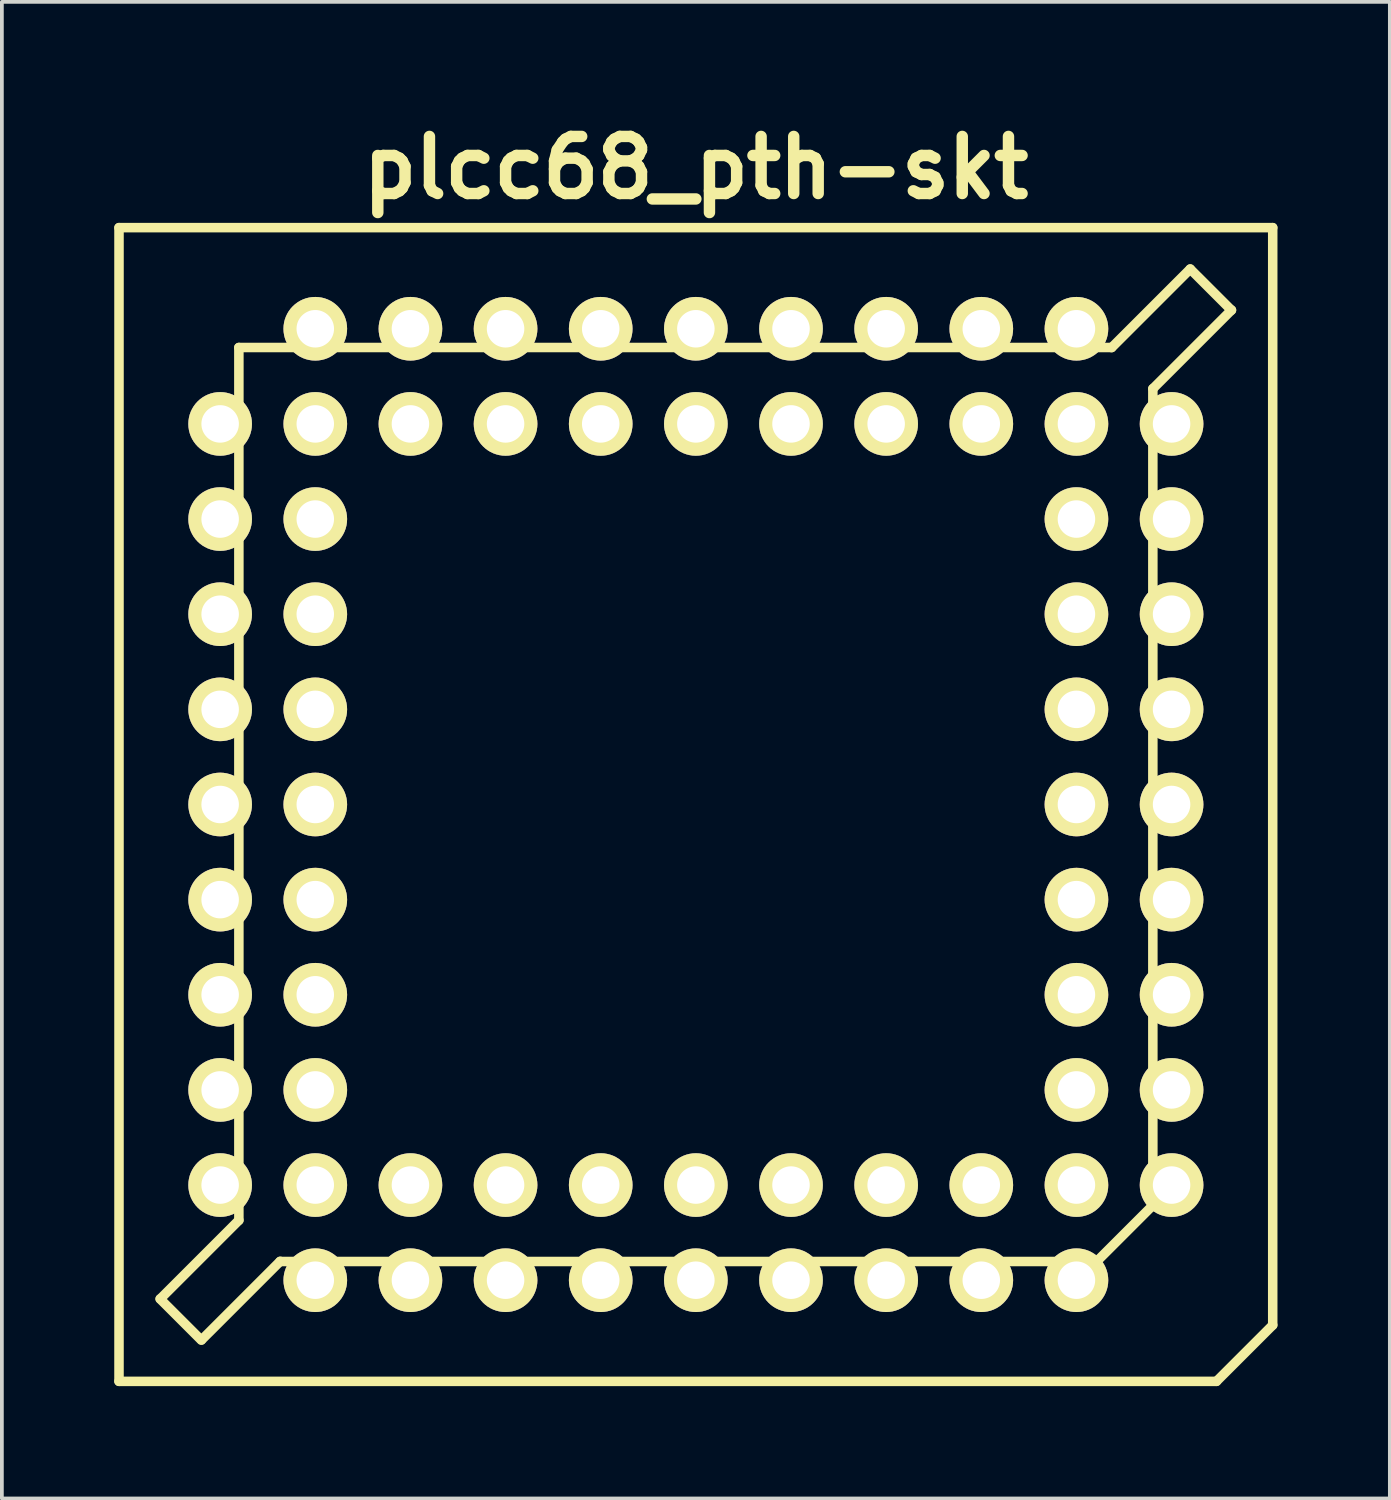
<source format=kicad_pcb>
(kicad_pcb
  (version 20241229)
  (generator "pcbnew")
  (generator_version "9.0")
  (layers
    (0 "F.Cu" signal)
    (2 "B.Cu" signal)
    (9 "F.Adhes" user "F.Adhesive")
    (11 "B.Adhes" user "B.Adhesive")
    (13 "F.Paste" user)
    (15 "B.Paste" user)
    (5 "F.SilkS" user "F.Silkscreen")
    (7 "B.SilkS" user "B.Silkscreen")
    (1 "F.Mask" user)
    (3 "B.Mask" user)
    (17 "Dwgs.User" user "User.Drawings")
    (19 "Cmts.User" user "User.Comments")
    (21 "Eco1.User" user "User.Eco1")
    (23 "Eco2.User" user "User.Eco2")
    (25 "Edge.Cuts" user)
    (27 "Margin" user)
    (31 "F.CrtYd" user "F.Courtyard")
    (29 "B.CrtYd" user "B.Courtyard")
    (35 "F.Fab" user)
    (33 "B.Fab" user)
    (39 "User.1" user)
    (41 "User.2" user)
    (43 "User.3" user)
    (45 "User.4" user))
  (footprint "plcc68_pth-skt"
    (layer "F.Cu")
    (at 15.527 18.427)
    (property "Reference" "plcc68_pth-skt" (at 0 -17 0) (layer "F.SilkS") (effects (font (size 1.524 1.524) (thickness 0.305))))
    (attr through_hole)
    (fp_line (start -15.4 -15.4) (end -15.4 15.4) (stroke (width 0.254) (type solid)) (layer "F.SilkS"))
    (fp_line (start -15.4 15.4) (end 13.899 15.4) (stroke (width 0.254) (type solid)) (layer "F.SilkS"))
    (fp_line (start -14.303 13.2) (end -13.203 14.3) (stroke (width 0.254) (type solid)) (layer "F.SilkS"))
    (fp_line (start -13.195 14.293) (end -11.097 12.195) (stroke (width 0.254) (type solid)) (layer "F.SilkS"))
    (fp_line (start -12.2 -12.2) (end 11.1 -12.2) (stroke (width 0.254) (type solid)) (layer "F.SilkS"))
    (fp_line (start -12.2 11.1) (end -14.298 13.198) (stroke (width 0.254) (type solid)) (layer "F.SilkS"))
    (fp_line (start -12.2 11.1) (end -12.2 -12.2) (stroke (width 0.254) (type solid)) (layer "F.SilkS"))
    (fp_line (start 10.701 12.2) (end -11.1 12.2) (stroke (width 0.254) (type solid)) (layer "F.SilkS"))
    (fp_line (start 11.1 -12.197) (end 13.198 -14.295) (stroke (width 0.254) (type solid)) (layer "F.SilkS"))
    (fp_line (start 12.2 -11.1) (end 12.2 10.701) (stroke (width 0.254) (type solid)) (layer "F.SilkS"))
    (fp_line (start 12.2 10.701) (end 10.701 12.2) (stroke (width 0.254) (type solid)) (layer "F.SilkS"))
    (fp_line (start 13.198 -14.295) (end 14.298 -13.195) (stroke (width 0.254) (type solid)) (layer "F.SilkS"))
    (fp_line (start 13.899 15.4) (end 15.4 13.899) (stroke (width 0.254) (type solid)) (layer "F.SilkS"))
    (fp_line (start 14.3 -13.2) (end 12.202 -11.102) (stroke (width 0.254) (type solid)) (layer "F.SilkS"))
    (fp_line (start 15.4 -15.4) (end -15.4 -15.4) (stroke (width 0.254) (type solid)) (layer "F.SilkS"))
    (fp_line (start 15.4 13.899) (end 15.4 -15.4) (stroke (width 0.254) (type solid)) (layer "F.SilkS"))
    (pad "1" thru_hole circle (at 0 12.7) (size 1.699 1.699) (drill 1.001) (layers "*.Cu" "*.Mask" "F.SilkS"))
    (pad "2" thru_hole circle (at 0 10.16) (size 1.699 1.699) (drill 1.001) (layers "*.Cu" "*.Mask" "F.SilkS"))
    (pad "3" thru_hole circle (at 2.54 12.7) (size 1.699 1.699) (drill 1.001) (layers "*.Cu" "*.Mask" "F.SilkS"))
    (pad "4" thru_hole circle (at 2.54 10.16) (size 1.699 1.699) (drill 1.001) (layers "*.Cu" "*.Mask" "F.SilkS"))
    (pad "5" thru_hole circle (at 5.08 12.7) (size 1.699 1.699) (drill 1.001) (layers "*.Cu" "*.Mask" "F.SilkS"))
    (pad "6" thru_hole circle (at 5.08 10.16) (size 1.699 1.699) (drill 1.001) (layers "*.Cu" "*.Mask" "F.SilkS"))
    (pad "7" thru_hole circle (at 7.62 12.7) (size 1.699 1.699) (drill 1.001) (layers "*.Cu" "*.Mask" "F.SilkS"))
    (pad "8" thru_hole circle (at 7.62 10.16) (size 1.699 1.699) (drill 1.001) (layers "*.Cu" "*.Mask" "F.SilkS"))
    (pad "9" thru_hole circle (at 10.16 12.7) (size 1.699 1.699) (drill 1.001) (layers "*.Cu" "*.Mask" "F.SilkS"))
    (pad "10" thru_hole circle (at 12.7 10.16) (size 1.699 1.699) (drill 1.001) (layers "*.Cu" "*.Mask" "F.SilkS"))
    (pad "11" thru_hole circle (at 10.16 10.16) (size 1.699 1.699) (drill 1.001) (layers "*.Cu" "*.Mask" "F.SilkS"))
    (pad "12" thru_hole circle (at 12.7 7.62) (size 1.699 1.699) (drill 1.001) (layers "*.Cu" "*.Mask" "F.SilkS"))
    (pad "13" thru_hole circle (at 10.16 7.62) (size 1.699 1.699) (drill 1.001) (layers "*.Cu" "*.Mask" "F.SilkS"))
    (pad "14" thru_hole circle (at 12.7 5.08) (size 1.699 1.699) (drill 1.001) (layers "*.Cu" "*.Mask" "F.SilkS"))
    (pad "15" thru_hole circle (at 10.16 5.08) (size 1.699 1.699) (drill 1.001) (layers "*.Cu" "*.Mask" "F.SilkS"))
    (pad "16" thru_hole circle (at 12.7 2.54) (size 1.699 1.699) (drill 1.001) (layers "*.Cu" "*.Mask" "F.SilkS"))
    (pad "17" thru_hole circle (at 10.16 2.54) (size 1.699 1.699) (drill 1.001) (layers "*.Cu" "*.Mask" "F.SilkS"))
    (pad "18" thru_hole circle (at 12.7 0) (size 1.699 1.699) (drill 1.001) (layers "*.Cu" "*.Mask" "F.SilkS"))
    (pad "19" thru_hole circle (at 10.16 0) (size 1.699 1.699) (drill 1.001) (layers "*.Cu" "*.Mask" "F.SilkS"))
    (pad "20" thru_hole circle (at 12.7 -2.54) (size 1.699 1.699) (drill 1.001) (layers "*.Cu" "*.Mask" "F.SilkS"))
    (pad "21" thru_hole circle (at 10.16 -2.54) (size 1.699 1.699) (drill 1.001) (layers "*.Cu" "*.Mask" "F.SilkS"))
    (pad "22" thru_hole circle (at 12.7 -5.08) (size 1.699 1.699) (drill 1.001) (layers "*.Cu" "*.Mask" "F.SilkS"))
    (pad "23" thru_hole circle (at 10.16 -5.08) (size 1.699 1.699) (drill 1.001) (layers "*.Cu" "*.Mask" "F.SilkS"))
    (pad "24" thru_hole circle (at 12.7 -7.62) (size 1.699 1.699) (drill 1.001) (layers "*.Cu" "*.Mask" "F.SilkS"))
    (pad "25" thru_hole circle (at 10.16 -7.62) (size 1.699 1.699) (drill 1.001) (layers "*.Cu" "*.Mask" "F.SilkS"))
    (pad "26" thru_hole circle (at 12.7 -10.16) (size 1.699 1.699) (drill 1.001) (layers "*.Cu" "*.Mask" "F.SilkS"))
    (pad "27" thru_hole circle (at 10.16 -12.7) (size 1.699 1.699) (drill 1.001) (layers "*.Cu" "*.Mask" "F.SilkS"))
    (pad "28" thru_hole circle (at 10.16 -10.16) (size 1.699 1.699) (drill 1.001) (layers "*.Cu" "*.Mask" "F.SilkS"))
    (pad "29" thru_hole circle (at 7.62 -12.7) (size 1.699 1.699) (drill 1.001) (layers "*.Cu" "*.Mask" "F.SilkS"))
    (pad "30" thru_hole circle (at 7.62 -10.16) (size 1.699 1.699) (drill 1.001) (layers "*.Cu" "*.Mask" "F.SilkS"))
    (pad "31" thru_hole circle (at 5.08 -12.7) (size 1.699 1.699) (drill 1.001) (layers "*.Cu" "*.Mask" "F.SilkS"))
    (pad "32" thru_hole circle (at 5.08 -10.16) (size 1.699 1.699) (drill 1.001) (layers "*.Cu" "*.Mask" "F.SilkS"))
    (pad "33" thru_hole circle (at 2.54 -12.7) (size 1.699 1.699) (drill 1.001) (layers "*.Cu" "*.Mask" "F.SilkS"))
    (pad "34" thru_hole circle (at 2.54 -10.16) (size 1.699 1.699) (drill 1.001) (layers "*.Cu" "*.Mask" "F.SilkS"))
    (pad "35" thru_hole circle (at 0 -12.7) (size 1.699 1.699) (drill 1.001) (layers "*.Cu" "*.Mask" "F.SilkS"))
    (pad "36" thru_hole circle (at 0 -10.16) (size 1.699 1.699) (drill 1.001) (layers "*.Cu" "*.Mask" "F.SilkS"))
    (pad "37" thru_hole circle (at -2.54 -12.7) (size 1.699 1.699) (drill 1.001) (layers "*.Cu" "*.Mask" "F.SilkS"))
    (pad "38" thru_hole circle (at -2.54 -10.16) (size 1.699 1.699) (drill 1.001) (layers "*.Cu" "*.Mask" "F.SilkS"))
    (pad "39" thru_hole circle (at -5.08 -12.7) (size 1.699 1.699) (drill 1.001) (layers "*.Cu" "*.Mask" "F.SilkS"))
    (pad "40" thru_hole circle (at -5.08 -10.16) (size 1.699 1.699) (drill 1.001) (layers "*.Cu" "*.Mask" "F.SilkS"))
    (pad "41" thru_hole circle (at -7.62 -12.7) (size 1.699 1.699) (drill 1.001) (layers "*.Cu" "*.Mask" "F.SilkS"))
    (pad "42" thru_hole circle (at -7.62 -10.16) (size 1.699 1.699) (drill 1.001) (layers "*.Cu" "*.Mask" "F.SilkS"))
    (pad "43" thru_hole circle (at -10.16 -12.7) (size 1.699 1.699) (drill 1.001) (layers "*.Cu" "*.Mask" "F.SilkS"))
    (pad "44" thru_hole circle (at -12.7 -10.16) (size 1.699 1.699) (drill 1.001) (layers "*.Cu" "*.Mask" "F.SilkS"))
    (pad "45" thru_hole circle (at -10.16 -10.16) (size 1.699 1.699) (drill 1.001) (layers "*.Cu" "*.Mask" "F.SilkS"))
    (pad "46" thru_hole circle (at -12.7 -7.62) (size 1.699 1.699) (drill 1.001) (layers "*.Cu" "*.Mask" "F.SilkS"))
    (pad "47" thru_hole circle (at -10.16 -7.62) (size 1.699 1.699) (drill 1.001) (layers "*.Cu" "*.Mask" "F.SilkS"))
    (pad "48" thru_hole circle (at -12.7 -5.08) (size 1.699 1.699) (drill 1.001) (layers "*.Cu" "*.Mask" "F.SilkS"))
    (pad "49" thru_hole circle (at -10.16 -5.08) (size 1.699 1.699) (drill 1.001) (layers "*.Cu" "*.Mask" "F.SilkS"))
    (pad "50" thru_hole circle (at -12.7 -2.54) (size 1.699 1.699) (drill 1.001) (layers "*.Cu" "*.Mask" "F.SilkS"))
    (pad "51" thru_hole circle (at -10.16 -2.54) (size 1.699 1.699) (drill 1.001) (layers "*.Cu" "*.Mask" "F.SilkS"))
    (pad "52" thru_hole circle (at -12.7 0) (size 1.699 1.699) (drill 1.001) (layers "*.Cu" "*.Mask" "F.SilkS"))
    (pad "53" thru_hole circle (at -10.16 0) (size 1.699 1.699) (drill 1.001) (layers "*.Cu" "*.Mask" "F.SilkS"))
    (pad "54" thru_hole circle (at -12.7 2.54) (size 1.699 1.699) (drill 1.001) (layers "*.Cu" "*.Mask" "F.SilkS"))
    (pad "55" thru_hole circle (at -10.16 2.54) (size 1.699 1.699) (drill 1.001) (layers "*.Cu" "*.Mask" "F.SilkS"))
    (pad "56" thru_hole circle (at -12.7 5.08) (size 1.699 1.699) (drill 1.001) (layers "*.Cu" "*.Mask" "F.SilkS"))
    (pad "57" thru_hole circle (at -10.16 5.08) (size 1.699 1.699) (drill 1.001) (layers "*.Cu" "*.Mask" "F.SilkS"))
    (pad "58" thru_hole circle (at -12.7 7.62) (size 1.699 1.699) (drill 1.001) (layers "*.Cu" "*.Mask" "F.SilkS"))
    (pad "59" thru_hole circle (at -10.16 7.62) (size 1.699 1.699) (drill 1.001) (layers "*.Cu" "*.Mask" "F.SilkS"))
    (pad "60" thru_hole circle (at -12.7 10.16) (size 1.699 1.699) (drill 1.001) (layers "*.Cu" "*.Mask" "F.SilkS"))
    (pad "61" thru_hole circle (at -10.16 12.7) (size 1.699 1.699) (drill 1.001) (layers "*.Cu" "*.Mask" "F.SilkS"))
    (pad "62" thru_hole circle (at -10.16 10.16) (size 1.699 1.699) (drill 1.001) (layers "*.Cu" "*.Mask" "F.SilkS"))
    (pad "63" thru_hole circle (at -7.62 12.7) (size 1.699 1.699) (drill 1.001) (layers "*.Cu" "*.Mask" "F.SilkS"))
    (pad "64" thru_hole circle (at -7.62 10.16) (size 1.699 1.699) (drill 1.001) (layers "*.Cu" "*.Mask" "F.SilkS"))
    (pad "65" thru_hole circle (at -5.08 12.7) (size 1.699 1.699) (drill 1.001) (layers "*.Cu" "*.Mask" "F.SilkS"))
    (pad "66" thru_hole circle (at -5.08 10.16) (size 1.699 1.699) (drill 1.001) (layers "*.Cu" "*.Mask" "F.SilkS"))
    (pad "67" thru_hole circle (at -2.54 12.7) (size 1.699 1.699) (drill 1.001) (layers "*.Cu" "*.Mask" "F.SilkS"))
    (pad "68" thru_hole circle (at -2.54 10.16) (size 1.699 1.699) (drill 1.001) (layers "*.Cu" "*.Mask" "F.SilkS")))
  (gr_rect
    (start -3 -3)
    (end 34.054 36.954)
    (stroke (width 0.1) (type default))
    (fill no)
    (layer "Edge.Cuts")))
</source>
